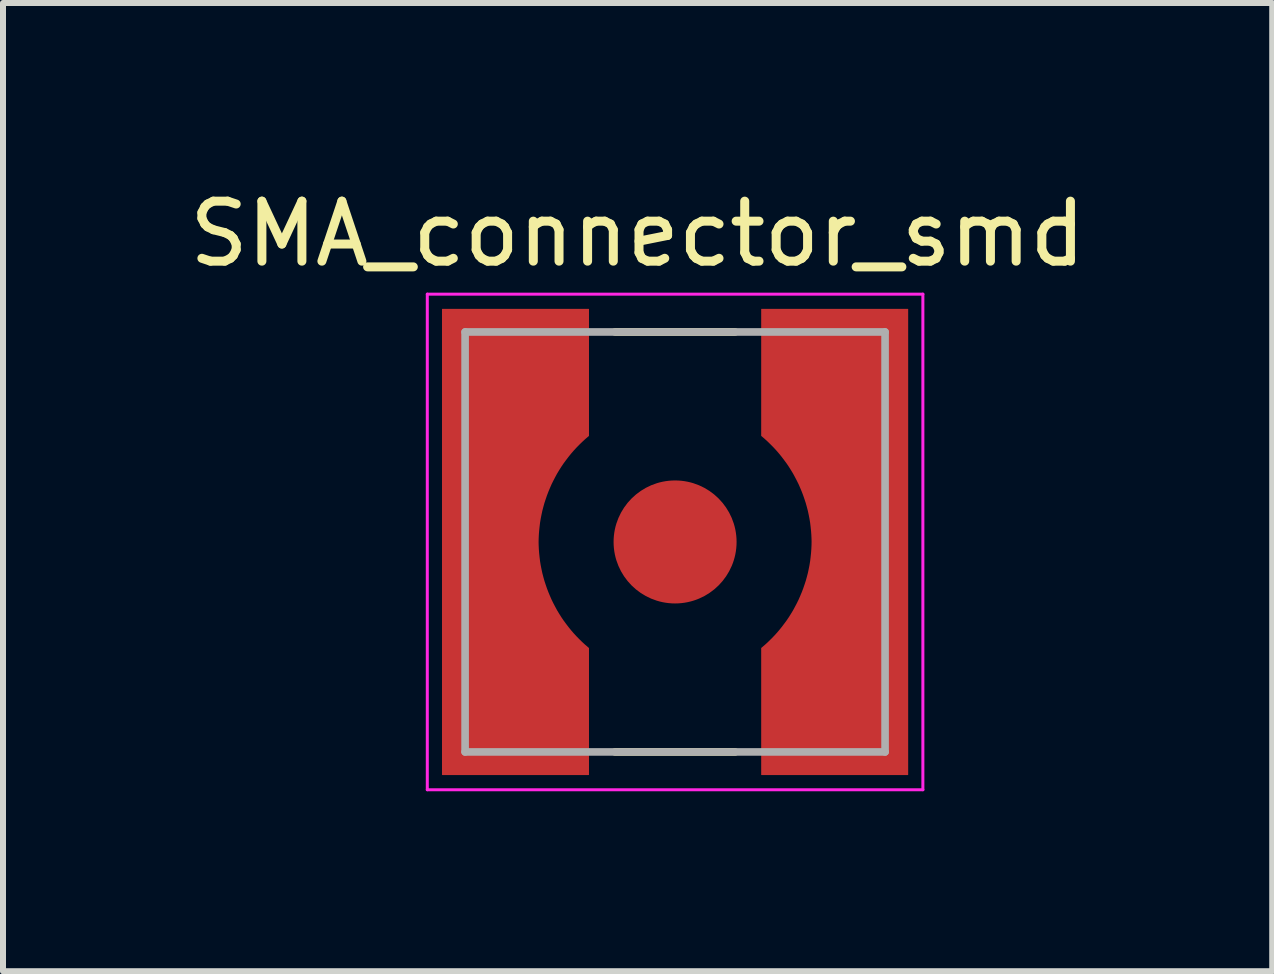
<source format=kicad_pcb>
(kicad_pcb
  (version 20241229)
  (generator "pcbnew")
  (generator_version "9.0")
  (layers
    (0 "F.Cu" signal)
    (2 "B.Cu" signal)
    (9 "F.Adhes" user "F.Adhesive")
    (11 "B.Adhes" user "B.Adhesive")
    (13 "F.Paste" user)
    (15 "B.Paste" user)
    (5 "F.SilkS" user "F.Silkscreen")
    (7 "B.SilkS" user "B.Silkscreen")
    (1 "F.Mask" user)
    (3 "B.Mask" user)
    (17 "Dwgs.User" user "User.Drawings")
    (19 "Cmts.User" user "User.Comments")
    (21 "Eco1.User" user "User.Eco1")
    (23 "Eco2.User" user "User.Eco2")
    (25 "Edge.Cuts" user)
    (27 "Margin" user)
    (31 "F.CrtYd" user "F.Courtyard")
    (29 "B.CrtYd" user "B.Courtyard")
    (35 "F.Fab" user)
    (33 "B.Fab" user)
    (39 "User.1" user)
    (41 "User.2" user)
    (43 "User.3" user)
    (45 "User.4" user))
  (footprint "SMA_connector_smd"
    (layer "F.Cu")
    (at 8.202 5.983)
    (property "Reference" "SMA_connector_smd" (at -0.625 -5.135 0) (layer "F.SilkS") (effects (font (size 1 1) (thickness 0.15))))
    (attr smd)
    (fp_poly (pts (xy -1.34 -3.98) (xy -3.98 -3.98) (xy -3.98 3.98) (xy -1.34 3.98) (xy -1.34 1.72) (xy -1.381 1.687) (xy -1.43 1.645) (xy -1.478 1.602) (xy -1.524 1.557) (xy -1.569 1.511) (xy -1.613 1.464) (xy -1.655 1.416) (xy -1.696 1.366) (xy -1.736 1.315) (xy -1.774 1.263) (xy -1.81 1.21) (xy -1.845 1.156) (xy -1.878 1.101) (xy -1.91 1.045) (xy -1.94 0.988) (xy -1.968 0.931) (xy -1.995 0.872) (xy -2.02 0.813) (xy -2.043 0.753) (xy -2.065 0.692) (xy -2.084 0.631) (xy -2.102 0.569) (xy -2.118 0.507) (xy -2.133 0.444) (xy -2.145 0.381) (xy -2.156 0.318) (xy -2.164 0.254) (xy -2.171 0.19) (xy -2.176 0.126) (xy -2.18 0.05) (xy -2.179 -0.028) (xy -2.176 -0.097) (xy -2.171 -0.166) (xy -2.164 -0.235) (xy -2.155 -0.303) (xy -2.144 -0.371) (xy -2.131 -0.439) (xy -2.116 -0.506) (xy -2.099 -0.573) (xy -2.08 -0.639) (xy -2.06 -0.705) (xy -2.037 -0.77) (xy -2.012 -0.835) (xy -1.986 -0.899) (xy -1.958 -0.962) (xy -1.928 -1.024) (xy -1.896 -1.085) (xy -1.862 -1.145) (xy -1.827 -1.204) (xy -1.79 -1.262) (xy -1.751 -1.32) (xy -1.711 -1.375) (xy -1.669 -1.43) (xy -1.625 -1.484) (xy -1.58 -1.536) (xy -1.533 -1.587) (xy -1.485 -1.636) (xy -1.436 -1.684) (xy -1.385 -1.731) (xy -1.34 -1.77) (xy -1.34 -3.98)) (stroke (width 0.01) (type solid)) (fill yes) (layer "F.Mask"))
    (fp_poly (pts (xy 1.34 -3.98) (xy 3.98 -3.98) (xy 3.98 3.98) (xy 1.34 3.98) (xy 1.34 1.72) (xy 1.391 1.677) (xy 1.441 1.633) (xy 1.489 1.588) (xy 1.536 1.542) (xy 1.581 1.494) (xy 1.625 1.445) (xy 1.667 1.395) (xy 1.708 1.343) (xy 1.748 1.29) (xy 1.786 1.237) (xy 1.822 1.182) (xy 1.857 1.126) (xy 1.89 1.069) (xy 1.921 1.011) (xy 1.951 0.952) (xy 1.979 0.892) (xy 2.005 0.832) (xy 2.03 0.771) (xy 2.053 0.709) (xy 2.074 0.647) (xy 2.093 0.584) (xy 2.11 0.52) (xy 2.125 0.456) (xy 2.139 0.391) (xy 2.15 0.327) (xy 2.16 0.261) (xy 2.168 0.196) (xy 2.174 0.13) (xy 2.178 0.065) (xy 2.18 0) (xy 2.179 -0.052) (xy 2.176 -0.119) (xy 2.171 -0.186) (xy 2.164 -0.253) (xy 2.156 -0.32) (xy 2.145 -0.387) (xy 2.132 -0.453) (xy 2.118 -0.519) (xy 2.101 -0.584) (xy 2.083 -0.649) (xy 2.062 -0.713) (xy 2.04 -0.777) (xy 2.016 -0.84) (xy 1.99 -0.902) (xy 1.963 -0.964) (xy 1.933 -1.025) (xy 1.902 -1.084) (xy 1.87 -1.143) (xy 1.835 -1.201) (xy 1.799 -1.258) (xy 1.761 -1.314) (xy 1.721 -1.368) (xy 1.68 -1.422) (xy 1.638 -1.474) (xy 1.594 -1.525) (xy 1.548 -1.575) (xy 1.501 -1.623) (xy 1.453 -1.67) (xy 1.403 -1.716) (xy 1.34 -1.77) (xy 1.34 -3.98)) (stroke (width 0.01) (type solid)) (fill yes) (layer "F.Mask"))
    (fp_line (start -1 -3.5) (end 1 -3.5) (stroke (width 0.127) (type solid)) (layer "F.SilkS"))
    (fp_line (start -1 3.5) (end 1 3.5) (stroke (width 0.127) (type solid)) (layer "F.SilkS"))
    (fp_poly (pts (xy -1.44 -3.88) (xy -3.88 -3.88) (xy -3.88 3.88) (xy -1.44 3.88) (xy -1.44 1.77) (xy -1.503 1.716) (xy -1.553 1.67) (xy -1.601 1.623) (xy -1.648 1.575) (xy -1.694 1.525) (xy -1.738 1.474) (xy -1.78 1.422) (xy -1.821 1.368) (xy -1.861 1.314) (xy -1.899 1.258) (xy -1.935 1.201) (xy -1.97 1.143) (xy -2.002 1.084) (xy -2.033 1.025) (xy -2.063 0.964) (xy -2.09 0.902) (xy -2.116 0.84) (xy -2.14 0.777) (xy -2.162 0.713) (xy -2.183 0.649) (xy -2.201 0.584) (xy -2.218 0.519) (xy -2.232 0.453) (xy -2.245 0.387) (xy -2.256 0.32) (xy -2.264 0.253) (xy -2.271 0.186) (xy -2.276 0.119) (xy -2.279 0.052) (xy -2.28 0) (xy -2.279 -0.052) (xy -2.276 -0.119) (xy -2.271 -0.186) (xy -2.264 -0.253) (xy -2.256 -0.32) (xy -2.245 -0.387) (xy -2.232 -0.453) (xy -2.218 -0.519) (xy -2.201 -0.584) (xy -2.183 -0.649) (xy -2.162 -0.713) (xy -2.14 -0.777) (xy -2.116 -0.84) (xy -2.09 -0.902) (xy -2.063 -0.964) (xy -2.033 -1.025) (xy -2.002 -1.084) (xy -1.97 -1.143) (xy -1.935 -1.201) (xy -1.899 -1.258) (xy -1.861 -1.314) (xy -1.821 -1.368) (xy -1.78 -1.422) (xy -1.738 -1.474) (xy -1.694 -1.525) (xy -1.648 -1.575) (xy -1.601 -1.623) (xy -1.553 -1.67) (xy -1.503 -1.716) (xy -1.44 -1.77) (xy -1.44 -3.88)) (stroke (width 0.01) (type solid)) (fill yes) (layer "F.Paste"))
    (fp_poly (pts (xy 1.44 -3.88) (xy 3.88 -3.88) (xy 3.88 3.88) (xy 1.44 3.88) (xy 1.44 1.77) (xy 1.503 1.716) (xy 1.553 1.67) (xy 1.601 1.623) (xy 1.648 1.575) (xy 1.694 1.525) (xy 1.738 1.474) (xy 1.78 1.422) (xy 1.821 1.368) (xy 1.861 1.314) (xy 1.899 1.258) (xy 1.935 1.201) (xy 1.97 1.143) (xy 2.002 1.084) (xy 2.033 1.025) (xy 2.063 0.964) (xy 2.09 0.902) (xy 2.116 0.84) (xy 2.14 0.777) (xy 2.162 0.713) (xy 2.183 0.649) (xy 2.201 0.584) (xy 2.218 0.519) (xy 2.232 0.453) (xy 2.245 0.387) (xy 2.256 0.32) (xy 2.264 0.253) (xy 2.271 0.186) (xy 2.276 0.119) (xy 2.279 0.052) (xy 2.28 0) (xy 2.279 -0.052) (xy 2.276 -0.119) (xy 2.271 -0.186) (xy 2.264 -0.253) (xy 2.256 -0.32) (xy 2.245 -0.387) (xy 2.232 -0.453) (xy 2.218 -0.519) (xy 2.201 -0.584) (xy 2.183 -0.649) (xy 2.162 -0.713) (xy 2.14 -0.777) (xy 2.116 -0.84) (xy 2.09 -0.902) (xy 2.063 -0.964) (xy 2.033 -1.025) (xy 2.002 -1.084) (xy 1.97 -1.143) (xy 1.935 -1.201) (xy 1.899 -1.258) (xy 1.861 -1.314) (xy 1.821 -1.368) (xy 1.78 -1.422) (xy 1.738 -1.474) (xy 1.694 -1.525) (xy 1.648 -1.575) (xy 1.601 -1.623) (xy 1.553 -1.67) (xy 1.503 -1.716) (xy 1.44 -1.77) (xy 1.44 -3.88)) (stroke (width 0.01) (type solid)) (fill yes) (layer "F.Paste"))
    (fp_line (start -4.13 -4.13) (end 4.13 -4.13) (stroke (width 0.05) (type solid)) (layer "F.CrtYd"))
    (fp_line (start -4.13 4.13) (end -4.13 -4.13) (stroke (width 0.05) (type solid)) (layer "F.CrtYd"))
    (fp_line (start 4.13 -4.13) (end 4.13 4.13) (stroke (width 0.05) (type solid)) (layer "F.CrtYd"))
    (fp_line (start 4.13 4.13) (end -4.13 4.13) (stroke (width 0.05) (type solid)) (layer "F.CrtYd"))
    (fp_line (start -3.5 -3.5) (end 3.5 -3.5) (stroke (width 0.127) (type solid)) (layer "F.Fab"))
    (fp_line (start -3.5 3.5) (end -3.5 -3.5) (stroke (width 0.127) (type solid)) (layer "F.Fab"))
    (fp_line (start 3.5 -3.5) (end 3.5 3.5) (stroke (width 0.127) (type solid)) (layer "F.Fab"))
    (fp_line (start 3.5 3.5) (end -3.5 3.5) (stroke (width 0.127) (type solid)) (layer "F.Fab"))
    (pad "1" smd circle (at 0 0) (size 2.05 2.05) (layers "F.Cu" "F.Mask" "F.Paste"))
    (pad "S1" smd custom (at -3.1 0) (size 1 1) (layers "F.Cu") (options (anchor rect)) (primitives (gr_poly (pts (xy 1.66 -3.88) (xy -0.78 -3.88) (xy -0.78 3.88) (xy 1.66 3.88) (xy 1.66 1.77) (xy 1.597 1.716) (xy 1.547 1.67) (xy 1.499 1.623) (xy 1.452 1.575) (xy 1.406 1.525) (xy 1.362 1.474) (xy 1.32 1.422) (xy 1.279 1.368) (xy 1.239 1.314) (xy 1.201 1.258) (xy 1.165 1.201) (xy 1.13 1.143) (xy 1.098 1.084) (xy 1.067 1.025) (xy 1.037 0.964) (xy 1.01 0.902) (xy 0.984 0.84) (xy 0.96 0.777) (xy 0.938 0.713) (xy 0.917 0.649) (xy 0.899 0.584) (xy 0.882 0.519) (xy 0.868 0.453) (xy 0.855 0.387) (xy 0.844 0.32) (xy 0.836 0.253) (xy 0.829 0.186) (xy 0.824 0.119) (xy 0.821 0.052) (xy 0.82 0) (xy 0.821 -0.052) (xy 0.824 -0.119) (xy 0.829 -0.186) (xy 0.836 -0.253) (xy 0.844 -0.32) (xy 0.855 -0.387) (xy 0.868 -0.453) (xy 0.882 -0.519) (xy 0.899 -0.584) (xy 0.917 -0.649) (xy 0.938 -0.713) (xy 0.96 -0.777) (xy 0.984 -0.84) (xy 1.01 -0.902) (xy 1.037 -0.964) (xy 1.067 -1.025) (xy 1.098 -1.084) (xy 1.13 -1.143) (xy 1.165 -1.201) (xy 1.201 -1.258) (xy 1.239 -1.314) (xy 1.279 -1.368) (xy 1.32 -1.422) (xy 1.362 -1.474) (xy 1.406 -1.525) (xy 1.452 -1.575) (xy 1.499 -1.623) (xy 1.547 -1.67) (xy 1.597 -1.716) (xy 1.66 -1.77) (xy 1.66 -3.88)) (width 0.01) (fill yes))))
    (pad "S2" smd custom (at 3.1 0) (size 1 1) (layers "F.Cu") (options (anchor rect)) (primitives (gr_poly (pts (xy -1.66 -3.88) (xy 0.78 -3.88) (xy 0.78 3.88) (xy -1.66 3.88) (xy -1.66 1.77) (xy -1.597 1.716) (xy -1.547 1.67) (xy -1.499 1.623) (xy -1.452 1.575) (xy -1.406 1.525) (xy -1.362 1.474) (xy -1.32 1.422) (xy -1.279 1.368) (xy -1.239 1.314) (xy -1.201 1.258) (xy -1.165 1.201) (xy -1.13 1.143) (xy -1.098 1.084) (xy -1.067 1.025) (xy -1.037 0.964) (xy -1.01 0.902) (xy -0.984 0.84) (xy -0.96 0.777) (xy -0.938 0.713) (xy -0.917 0.649) (xy -0.899 0.584) (xy -0.882 0.519) (xy -0.868 0.453) (xy -0.855 0.387) (xy -0.844 0.32) (xy -0.836 0.253) (xy -0.829 0.186) (xy -0.824 0.119) (xy -0.821 0.052) (xy -0.82 0) (xy -0.821 -0.052) (xy -0.824 -0.119) (xy -0.829 -0.186) (xy -0.836 -0.253) (xy -0.844 -0.32) (xy -0.855 -0.387) (xy -0.868 -0.453) (xy -0.882 -0.519) (xy -0.899 -0.584) (xy -0.917 -0.649) (xy -0.938 -0.713) (xy -0.96 -0.777) (xy -0.984 -0.84) (xy -1.01 -0.902) (xy -1.037 -0.964) (xy -1.067 -1.025) (xy -1.098 -1.084) (xy -1.13 -1.143) (xy -1.165 -1.201) (xy -1.201 -1.258) (xy -1.239 -1.314) (xy -1.279 -1.368) (xy -1.32 -1.422) (xy -1.362 -1.474) (xy -1.406 -1.525) (xy -1.452 -1.575) (xy -1.499 -1.623) (xy -1.547 -1.67) (xy -1.597 -1.716) (xy -1.66 -1.77) (xy -1.66 -2.35) (xy -1.66 -3.88)) (width 0.01) (fill yes)))))
  (gr_rect
    (start -3 -3)
    (end 18.155 13.138)
    (stroke (width 0.1) (type default))
    (fill no)
    (layer "Edge.Cuts")))
</source>
